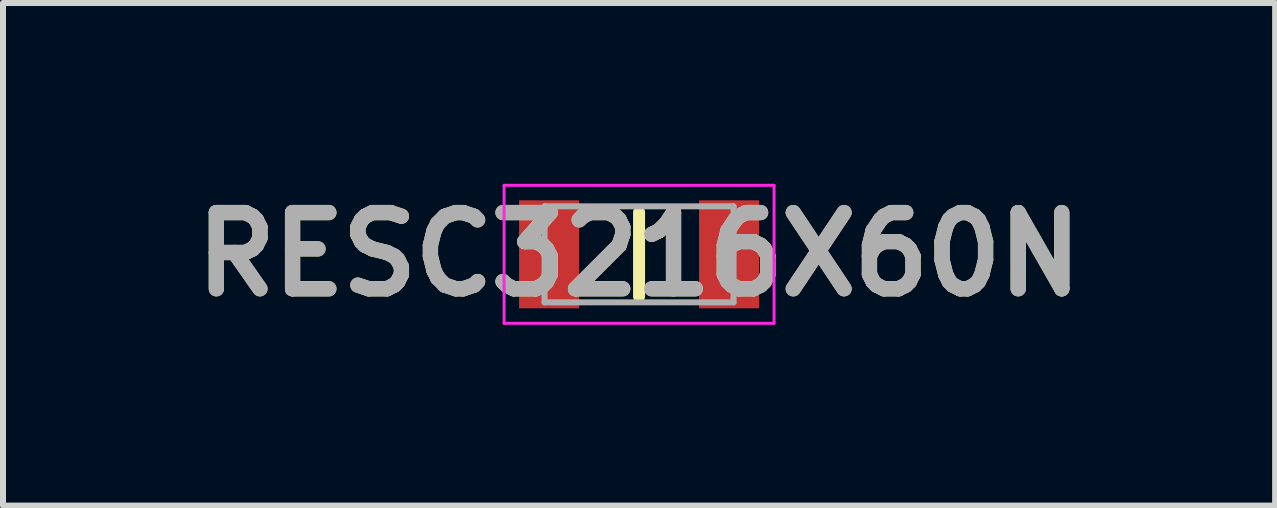
<source format=kicad_pcb>
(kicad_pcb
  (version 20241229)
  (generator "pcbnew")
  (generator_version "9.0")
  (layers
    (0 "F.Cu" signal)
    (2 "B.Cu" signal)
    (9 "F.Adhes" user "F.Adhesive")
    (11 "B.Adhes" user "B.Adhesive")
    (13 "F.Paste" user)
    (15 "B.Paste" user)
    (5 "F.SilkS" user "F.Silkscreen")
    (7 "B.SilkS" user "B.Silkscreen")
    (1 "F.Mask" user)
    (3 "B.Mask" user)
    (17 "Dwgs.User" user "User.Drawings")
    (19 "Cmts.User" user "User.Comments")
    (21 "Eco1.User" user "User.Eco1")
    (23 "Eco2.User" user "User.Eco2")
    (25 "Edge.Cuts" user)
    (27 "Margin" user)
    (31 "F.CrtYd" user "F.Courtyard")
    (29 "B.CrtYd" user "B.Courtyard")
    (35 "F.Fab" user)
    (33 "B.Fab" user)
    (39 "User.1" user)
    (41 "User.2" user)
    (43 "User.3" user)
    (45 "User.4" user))
  (footprint "RESC3216X60N"
    (layer "F.Cu")
    (at 7.602 1.189)
    (property "Reference" "RESC3216X60N" (at 0 0 0) (layer "F.SilkS") (effects (font (size 1.27 1.27) (thickness 0.254))))
    (attr smd)
    (fp_line (start 0 -0.7) (end 0 0.7) (stroke (width 0.2) (type solid)) (layer "F.SilkS"))
    (fp_line (start -2.25 -1.15) (end 2.25 -1.15) (stroke (width 0.05) (type solid)) (layer "F.CrtYd"))
    (fp_line (start -2.25 1.15) (end -2.25 -1.15) (stroke (width 0.05) (type solid)) (layer "F.CrtYd"))
    (fp_line (start 2.25 -1.15) (end 2.25 1.15) (stroke (width 0.05) (type solid)) (layer "F.CrtYd"))
    (fp_line (start 2.25 1.15) (end -2.25 1.15) (stroke (width 0.05) (type solid)) (layer "F.CrtYd"))
    (fp_line (start -1.575 -0.8) (end 1.575 -0.8) (stroke (width 0.1) (type solid)) (layer "F.Fab"))
    (fp_line (start -1.575 0.8) (end -1.575 -0.8) (stroke (width 0.1) (type solid)) (layer "F.Fab"))
    (fp_line (start 1.575 -0.8) (end 1.575 0.8) (stroke (width 0.1) (type solid)) (layer "F.Fab"))
    (fp_line (start 1.575 0.8) (end -1.575 0.8) (stroke (width 0.1) (type solid)) (layer "F.Fab"))
    (fp_text user "${REFERENCE}" (at 0 0 0) (layer "F.Fab") (effects (font (size 1.27 1.27) (thickness 0.254))))
    (pad "1" smd rect (at -1.5 0) (size 1 1.8) (layers "F.Cu" "F.Mask" "F.Paste"))
    (pad "2" smd rect (at 1.5 0) (size 1 1.8) (layers "F.Cu" "F.Mask" "F.Paste")))
  (gr_rect
    (start -3 -3)
    (end 18.204 5.377)
    (stroke (width 0.1) (type default))
    (fill no)
    (layer "Edge.Cuts")))
</source>
